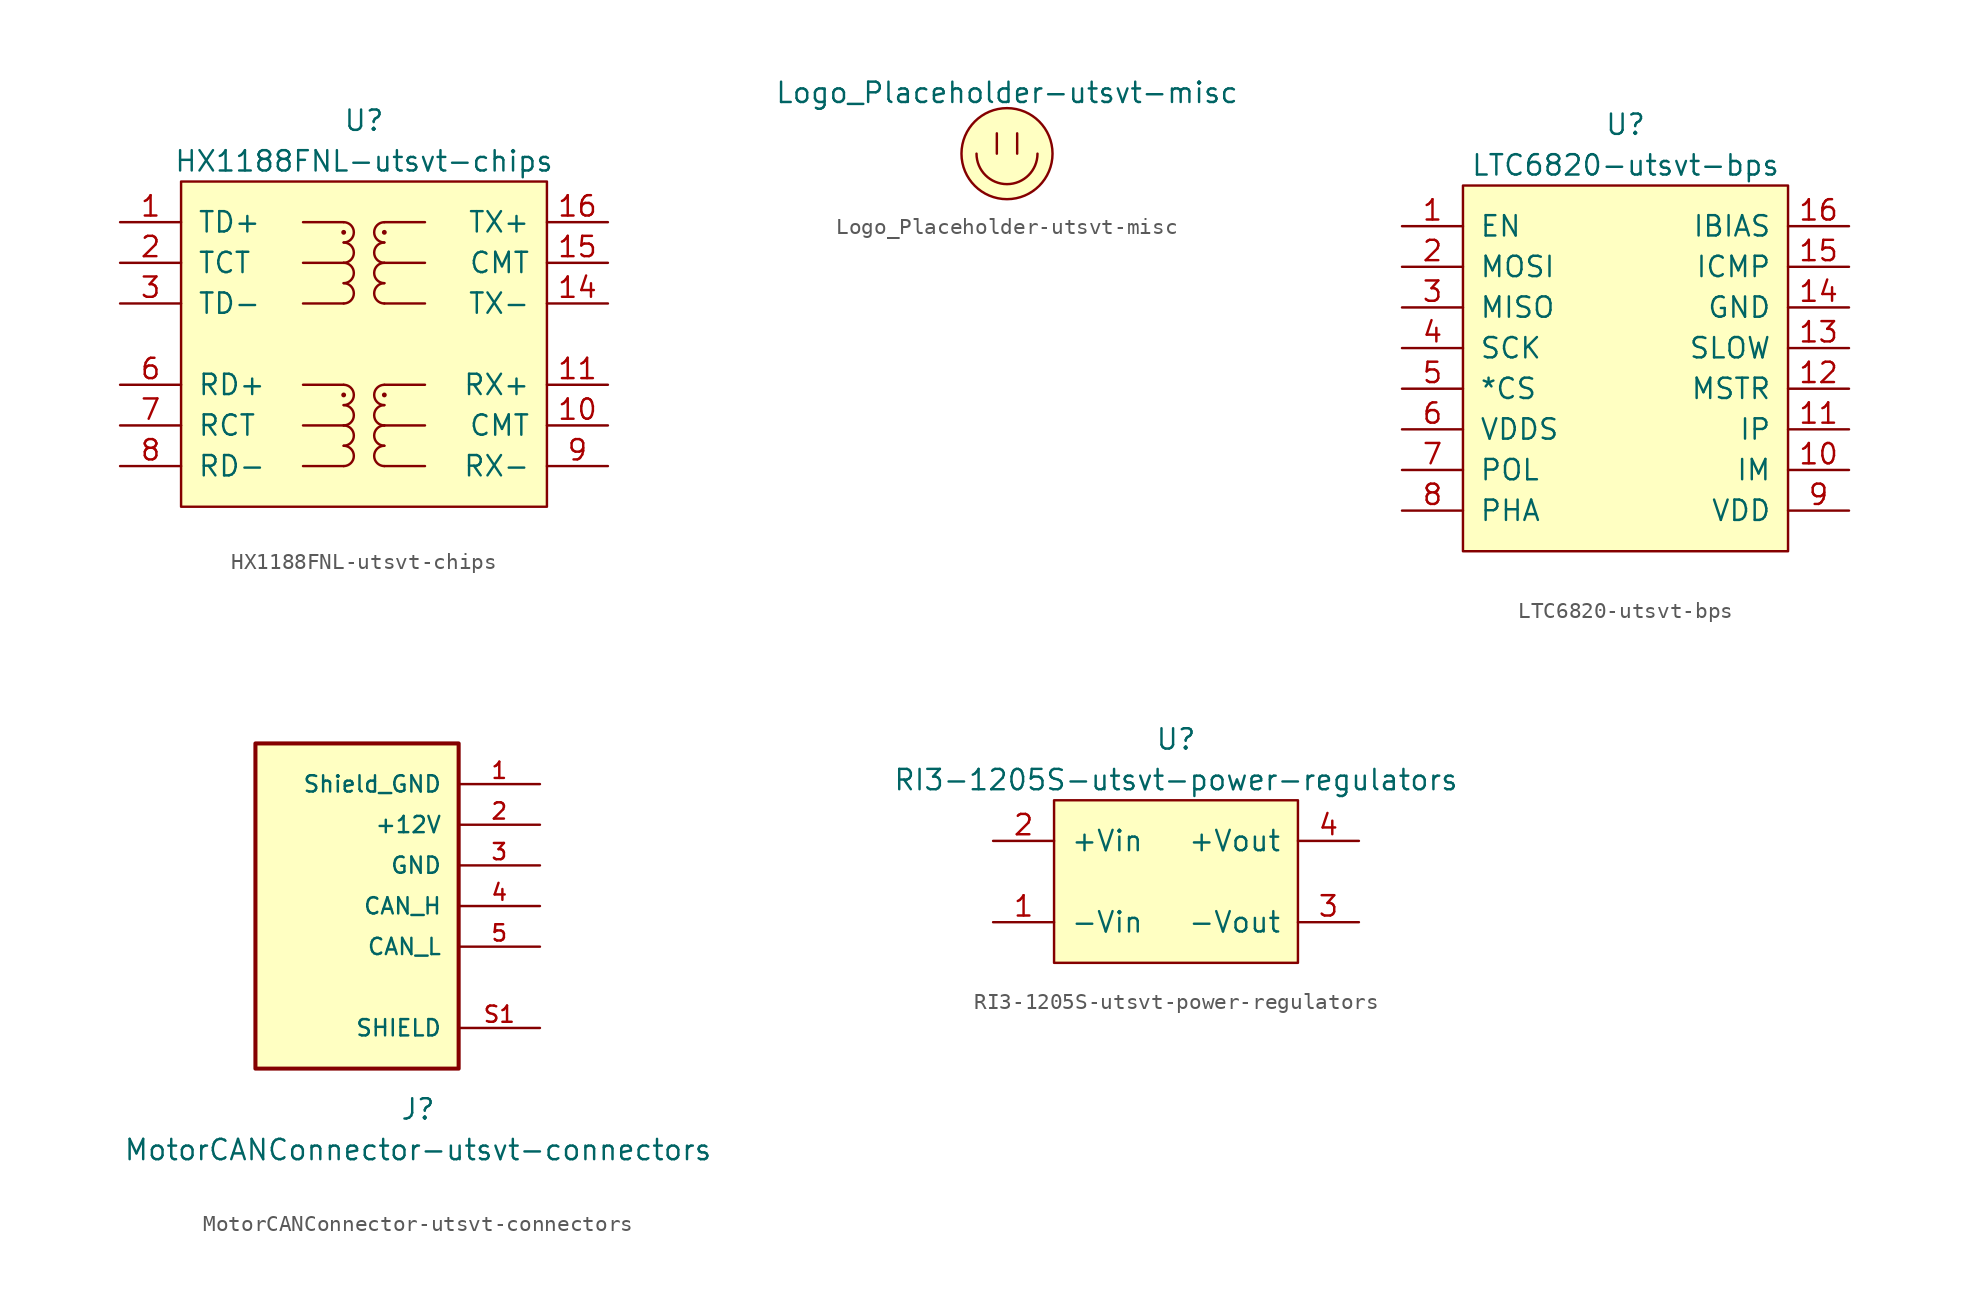
<source format=kicad_sym>
(kicad_symbol_lib
  (version 20211014)
  (generator kicad_symbol_editor)
  (symbol "HX1188FNL-utsvt-chips"
    (pin_names
      (offset 1.016))
    (property "Reference" "U"
      (at 0 3.81 0)
      (effects (font (size 1.27 1.27))))
    (property "Value" "HX1188FNL-utsvt-chips"
      (at 0 1.27 0)
      (effects (font (size 1.27 1.27))))
    (symbol "HX1188FNL-utsvt-chips_0_1"
      (rectangle (start -11.43 0) (end 11.43 -20.32) (stroke (width 0) (type default) (color 0 0 0 0)) (fill (type background)))
      (rectangle (start -3.81 -5.08) (end -1.27 -5.08) (stroke (width 0) (type default) (color 0 0 0 0)) (fill (type none)))
      (rectangle (start -1.27 -17.78) (end -3.81 -17.78) (stroke (width 0) (type default) (color 0 0 0 0)) (fill (type none)))
      (arc (start -1.27 -17.78) (mid -0.635 -17.145) (end -1.27 -16.51) (stroke (width 0) (type default) (color 0 0 0 0)) (fill (type none)))
      (arc (start -1.27 -16.51) (mid -0.635 -15.875) (end -1.27 -15.24) (stroke (width 0) (type default) (color 0 0 0 0)) (fill (type none)))
      (rectangle (start -1.27 -15.24) (end -3.81 -15.24) (stroke (width 0) (type default) (color 0 0 0 0)) (fill (type none)))
      (arc (start -1.27 -15.24) (mid -0.635 -14.605) (end -1.27 -13.97) (stroke (width 0) (type default) (color 0 0 0 0)) (fill (type none)))
      (arc (start -1.27 -13.97) (mid -0.635 -13.335) (end -1.27 -12.7) (stroke (width 0) (type default) (color 0 0 0 0)) (fill (type none)))
      (circle (center -1.27 -13.335) (radius 0.0001) (stroke (width 0) (type default) (color 0 0 0 0)) (fill (type none)))
      (rectangle (start -1.27 -12.7) (end -3.81 -12.7) (stroke (width 0) (type default) (color 0 0 0 0)) (fill (type none)))
      (rectangle (start -1.27 -7.62) (end -3.81 -7.62) (stroke (width 0) (type default) (color 0 0 0 0)) (fill (type none)))
      (arc (start -1.27 -7.62) (mid -0.635 -6.985) (end -1.27 -6.35) (stroke (width 0) (type default) (color 0 0 0 0)) (fill (type none)))
      (arc (start -1.27 -6.35) (mid -0.635 -5.715) (end -1.27 -5.08) (stroke (width 0) (type default) (color 0 0 0 0)) (fill (type none)))
      (arc (start -1.27 -5.08) (mid -0.635 -4.445) (end -1.27 -3.81) (stroke (width 0) (type default) (color 0 0 0 0)) (fill (type none)))
      (arc (start -1.27 -3.81) (mid -0.635 -3.175) (end -1.27 -2.54) (stroke (width 0) (type default) (color 0 0 0 0)) (fill (type none)))
      (circle (center -1.27 -3.175) (radius 0.0001) (stroke (width 0) (type default) (color 0 0 0 0)) (fill (type none)))
      (rectangle (start -1.27 -2.54) (end -3.81 -2.54) (stroke (width 0) (type default) (color 0 0 0 0)) (fill (type none)))
      (rectangle (start 1.27 -17.78) (end 3.81 -17.78) (stroke (width 0) (type default) (color 0 0 0 0)) (fill (type none)))
      (arc (start 1.27 -16.51) (mid 0.635 -17.145) (end 1.27 -17.78) (stroke (width 0) (type default) (color 0 0 0 0)) (fill (type none)))
      (arc (start 1.27 -15.24) (mid 0.635 -15.875) (end 1.27 -16.51) (stroke (width 0) (type default) (color 0 0 0 0)) (fill (type none)))
      (rectangle (start 1.27 -15.24) (end 3.81 -15.24) (stroke (width 0) (type default) (color 0 0 0 0)) (fill (type none)))
      (arc (start 1.27 -13.97) (mid 0.635 -14.605) (end 1.27 -15.24) (stroke (width 0) (type default) (color 0 0 0 0)) (fill (type none)))
      (circle (center 1.27 -13.335) (radius 0.0001) (stroke (width 0) (type default) (color 0 0 0 0)) (fill (type none)))
      (arc (start 1.27 -12.7) (mid 0.635 -13.335) (end 1.27 -13.97) (stroke (width 0) (type default) (color 0 0 0 0)) (fill (type none)))
      (rectangle (start 1.27 -12.7) (end 3.81 -12.7) (stroke (width 0) (type default) (color 0 0 0 0)) (fill (type none)))
      (rectangle (start 1.27 -7.62) (end 3.81 -7.62) (stroke (width 0) (type default) (color 0 0 0 0)) (fill (type none)))
      (arc (start 1.27 -6.35) (mid 0.635 -6.985) (end 1.27 -7.62) (stroke (width 0) (type default) (color 0 0 0 0)) (fill (type none)))
      (arc (start 1.27 -5.08) (mid 0.635 -5.715) (end 1.27 -6.35) (stroke (width 0) (type default) (color 0 0 0 0)) (fill (type none)))
      (rectangle (start 1.27 -5.08) (end 3.81 -5.08) (stroke (width 0) (type default) (color 0 0 0 0)) (fill (type none)))
      (arc (start 1.27 -3.81) (mid 0.635 -4.445) (end 1.27 -5.08) (stroke (width 0) (type default) (color 0 0 0 0)) (fill (type none)))
      (circle (center 1.27 -3.175) (radius 0.0001) (stroke (width 0) (type default) (color 0 0 0 0)) (fill (type none)))
      (arc (start 1.27 -2.54) (mid 0.635 -3.175) (end 1.27 -3.81) (stroke (width 0) (type default) (color 0 0 0 0)) (fill (type none)))
      (rectangle (start 1.27 -2.54) (end 3.81 -2.54) (stroke (width 0) (type default) (color 0 0 0 0)) (fill (type none))))
    (symbol "HX1188FNL-utsvt-chips_1_1"
      (pin bidirectional line (at -15.24 -2.54 0) (length 3.81) (name "TD+" (effects (font (size 1.27 1.27)))) (number "1" (effects (font (size 1.27 1.27)))))
      (pin bidirectional line (at 15.24 -15.24 180) (length 3.81) (name "CMT" (effects (font (size 1.27 1.27)))) (number "10" (effects (font (size 1.27 1.27)))))
      (pin bidirectional line (at 15.24 -12.7 180) (length 3.81) (name "RX+" (effects (font (size 1.27 1.27)))) (number "11" (effects (font (size 1.27 1.27)))))
      (pin bidirectional line (at 15.24 -7.62 180) (length 3.81) (name "TX-" (effects (font (size 1.27 1.27)))) (number "14" (effects (font (size 1.27 1.27)))))
      (pin bidirectional line (at 15.24 -5.08 180) (length 3.81) (name "CMT" (effects (font (size 1.27 1.27)))) (number "15" (effects (font (size 1.27 1.27)))))
      (pin bidirectional line (at 15.24 -2.54 180) (length 3.81) (name "TX+" (effects (font (size 1.27 1.27)))) (number "16" (effects (font (size 1.27 1.27)))))
      (pin bidirectional line (at -15.24 -5.08 0) (length 3.81) (name "TCT" (effects (font (size 1.27 1.27)))) (number "2" (effects (font (size 1.27 1.27)))))
      (pin bidirectional line (at -15.24 -7.62 0) (length 3.81) (name "TD-" (effects (font (size 1.27 1.27)))) (number "3" (effects (font (size 1.27 1.27)))))
      (pin bidirectional line (at -15.24 -12.7 0) (length 3.81) (name "RD+" (effects (font (size 1.27 1.27)))) (number "6" (effects (font (size 1.27 1.27)))))
      (pin bidirectional line (at -15.24 -15.24 0) (length 3.81) (name "RCT" (effects (font (size 1.27 1.27)))) (number "7" (effects (font (size 1.27 1.27)))))
      (pin bidirectional line (at -15.24 -17.78 0) (length 3.81) (name "RD-" (effects (font (size 1.27 1.27)))) (number "8" (effects (font (size 1.27 1.27)))))
      (pin bidirectional line (at 15.24 -17.78 180) (length 3.81) (name "RX-" (effects (font (size 1.27 1.27)))) (number "9" (effects (font (size 1.27 1.27)))))))
  (symbol "Logo_Placeholder-utsvt-misc"
    (pin_names
      (offset 1.016))
    (property "Reference" "LOGO"
      (at 0 3.81 0)
      (effects (font (size 1.27 1.27)) hide))
    (property "Value" "Logo_Placeholder-utsvt-misc"
      (at 0 3.81 0)
      (effects (font (size 1.27 1.27))))
    (symbol "Logo_Placeholder-utsvt-misc_0_1"
      (arc (start -1.905 0) (mid 0 -1.905) (end 1.905 0) (stroke (width 0) (type default) (color 0 0 0 0)) (fill (type none)))
      (polyline (pts (xy -0.635 1.27) (xy -0.635 0)) (stroke (width 0) (type default) (color 0 0 0 0)) (fill (type none)))
      (polyline (pts (xy 0.635 1.27) (xy 0.635 0)) (stroke (width 0) (type default) (color 0 0 0 0)) (fill (type none)))
      (circle (center 0 0) (radius 2.845) (stroke (width 0) (type default) (color 0 0 0 0)) (fill (type background)))))
  (symbol "LTC6820-utsvt-bps"
    (pin_names
      (offset 1.016))
    (property "Reference" "U"
      (at 0 3.81 0)
      (effects (font (size 1.27 1.27))))
    (property "Value" "LTC6820-utsvt-bps"
      (at 0 1.27 0)
      (effects (font (size 1.27 1.27))))
    (symbol "LTC6820-utsvt-bps_0_1"
      (rectangle (start -10.16 0) (end 10.16 -22.86) (stroke (width 0) (type default) (color 0 0 0 0)) (fill (type background))))
    (symbol "LTC6820-utsvt-bps_1_1"
      (pin input line (at -13.97 -2.54 0) (length 3.81) (name "EN" (effects (font (size 1.27 1.27)))) (number "1" (effects (font (size 1.27 1.27)))))
      (pin bidirectional line (at 13.97 -17.78 180) (length 3.81) (name "IM" (effects (font (size 1.27 1.27)))) (number "10" (effects (font (size 1.27 1.27)))))
      (pin bidirectional line (at 13.97 -15.24 180) (length 3.81) (name "IP" (effects (font (size 1.27 1.27)))) (number "11" (effects (font (size 1.27 1.27)))))
      (pin input line (at 13.97 -12.7 180) (length 3.81) (name "MSTR" (effects (font (size 1.27 1.27)))) (number "12" (effects (font (size 1.27 1.27)))))
      (pin input line (at 13.97 -10.16 180) (length 3.81) (name "SLOW" (effects (font (size 1.27 1.27)))) (number "13" (effects (font (size 1.27 1.27)))))
      (pin power_in line (at 13.97 -7.62 180) (length 3.81) (name "GND" (effects (font (size 1.27 1.27)))) (number "14" (effects (font (size 1.27 1.27)))))
      (pin input line (at 13.97 -5.08 180) (length 3.81) (name "ICMP" (effects (font (size 1.27 1.27)))) (number "15" (effects (font (size 1.27 1.27)))))
      (pin input line (at 13.97 -2.54 180) (length 3.81) (name "IBIAS" (effects (font (size 1.27 1.27)))) (number "16" (effects (font (size 1.27 1.27)))))
      (pin bidirectional line (at -13.97 -5.08 0) (length 3.81) (name "MOSI" (effects (font (size 1.27 1.27)))) (number "2" (effects (font (size 1.27 1.27)))))
      (pin bidirectional line (at -13.97 -7.62 0) (length 3.81) (name "MISO" (effects (font (size 1.27 1.27)))) (number "3" (effects (font (size 1.27 1.27)))))
      (pin bidirectional line (at -13.97 -10.16 0) (length 3.81) (name "SCK" (effects (font (size 1.27 1.27)))) (number "4" (effects (font (size 1.27 1.27)))))
      (pin bidirectional line (at -13.97 -12.7 0) (length 3.81) (name "*CS" (effects (font (size 1.27 1.27)))) (number "5" (effects (font (size 1.27 1.27)))))
      (pin power_in line (at -13.97 -15.24 0) (length 3.81) (name "VDDS" (effects (font (size 1.27 1.27)))) (number "6" (effects (font (size 1.27 1.27)))))
      (pin input line (at -13.97 -17.78 0) (length 3.81) (name "POL" (effects (font (size 1.27 1.27)))) (number "7" (effects (font (size 1.27 1.27)))))
      (pin input line (at -13.97 -20.32 0) (length 3.81) (name "PHA" (effects (font (size 1.27 1.27)))) (number "8" (effects (font (size 1.27 1.27)))))
      (pin power_in line (at 13.97 -20.32 180) (length 3.81) (name "VDD" (effects (font (size 1.27 1.27)))) (number "9" (effects (font (size 1.27 1.27)))))))
  (symbol "MotorCANConnector-utsvt-connectors"
    (pin_names
      (offset 1.016))
    (property "Reference" "J"
      (at 0 0 0)
      (effects (font (size 1.27 1.27))))
    (property "Value" "MotorCANConnector-utsvt-connectors"
      (at 0 -2.54 0)
      (effects (font (size 1.27 1.27))))
    (symbol "MotorCANConnector-utsvt-connectors_1_1"
      (rectangle (start -10.16 22.86) (end 2.54 2.54) (stroke (width 0.254) (type default) (color 0 0 0 0)) (fill (type background)))
      (pin power_in line (at 7.62 20.32 180) (length 5.08) (name "Shield_GND" (effects (font (size 1.016 1.016)))) (number "1" (effects (font (size 1.016 1.016)))))
      (pin power_in line (at 7.62 17.78 180) (length 5.08) (name "+12V" (effects (font (size 1.016 1.016)))) (number "2" (effects (font (size 1.016 1.016)))))
      (pin power_in line (at 7.62 15.24 180) (length 5.08) (name "GND" (effects (font (size 1.016 1.016)))) (number "3" (effects (font (size 1.016 1.016)))))
      (pin bidirectional line (at 7.62 12.7 180) (length 5.08) (name "CAN_H" (effects (font (size 1.016 1.016)))) (number "4" (effects (font (size 1.016 1.016)))))
      (pin bidirectional line (at 7.62 10.16 180) (length 5.08) (name "CAN_L" (effects (font (size 1.016 1.016)))) (number "5" (effects (font (size 1.016 1.016)))))
      (pin passive line (at 7.62 5.08 180) (length 5.08) (name "SHIELD" (effects (font (size 1.016 1.016)))) (number "S1" (effects (font (size 1.016 1.016)))))))
  (symbol "RI3-1205S-utsvt-power-regulators"
    (pin_names
      (offset 1.016))
    (property "Reference" "U"
      (at 0 3.81 0)
      (effects (font (size 1.27 1.27))))
    (property "Value" "RI3-1205S-utsvt-power-regulators"
      (at 0 1.27 0)
      (effects (font (size 1.27 1.27))))
    (symbol "RI3-1205S-utsvt-power-regulators_0_1"
      (rectangle (start -7.62 0) (end 7.62 -10.16) (stroke (width 0) (type default) (color 0 0 0 0)) (fill (type background))))
    (symbol "RI3-1205S-utsvt-power-regulators_1_1"
      (pin input line (at -11.43 -7.62 0) (length 3.81) (name "-Vin" (effects (font (size 1.27 1.27)))) (number "1" (effects (font (size 1.27 1.27)))))
      (pin power_in line (at -11.43 -2.54 0) (length 3.81) (name "+Vin" (effects (font (size 1.27 1.27)))) (number "2" (effects (font (size 1.27 1.27)))))
      (pin power_out line (at 11.43 -7.62 180) (length 3.81) (name "-Vout" (effects (font (size 1.27 1.27)))) (number "3" (effects (font (size 1.27 1.27)))))
      (pin power_out line (at 11.43 -2.54 180) (length 3.81) (name "+Vout" (effects (font (size 1.27 1.27)))) (number "4" (effects (font (size 1.27 1.27))))))))
</source>
